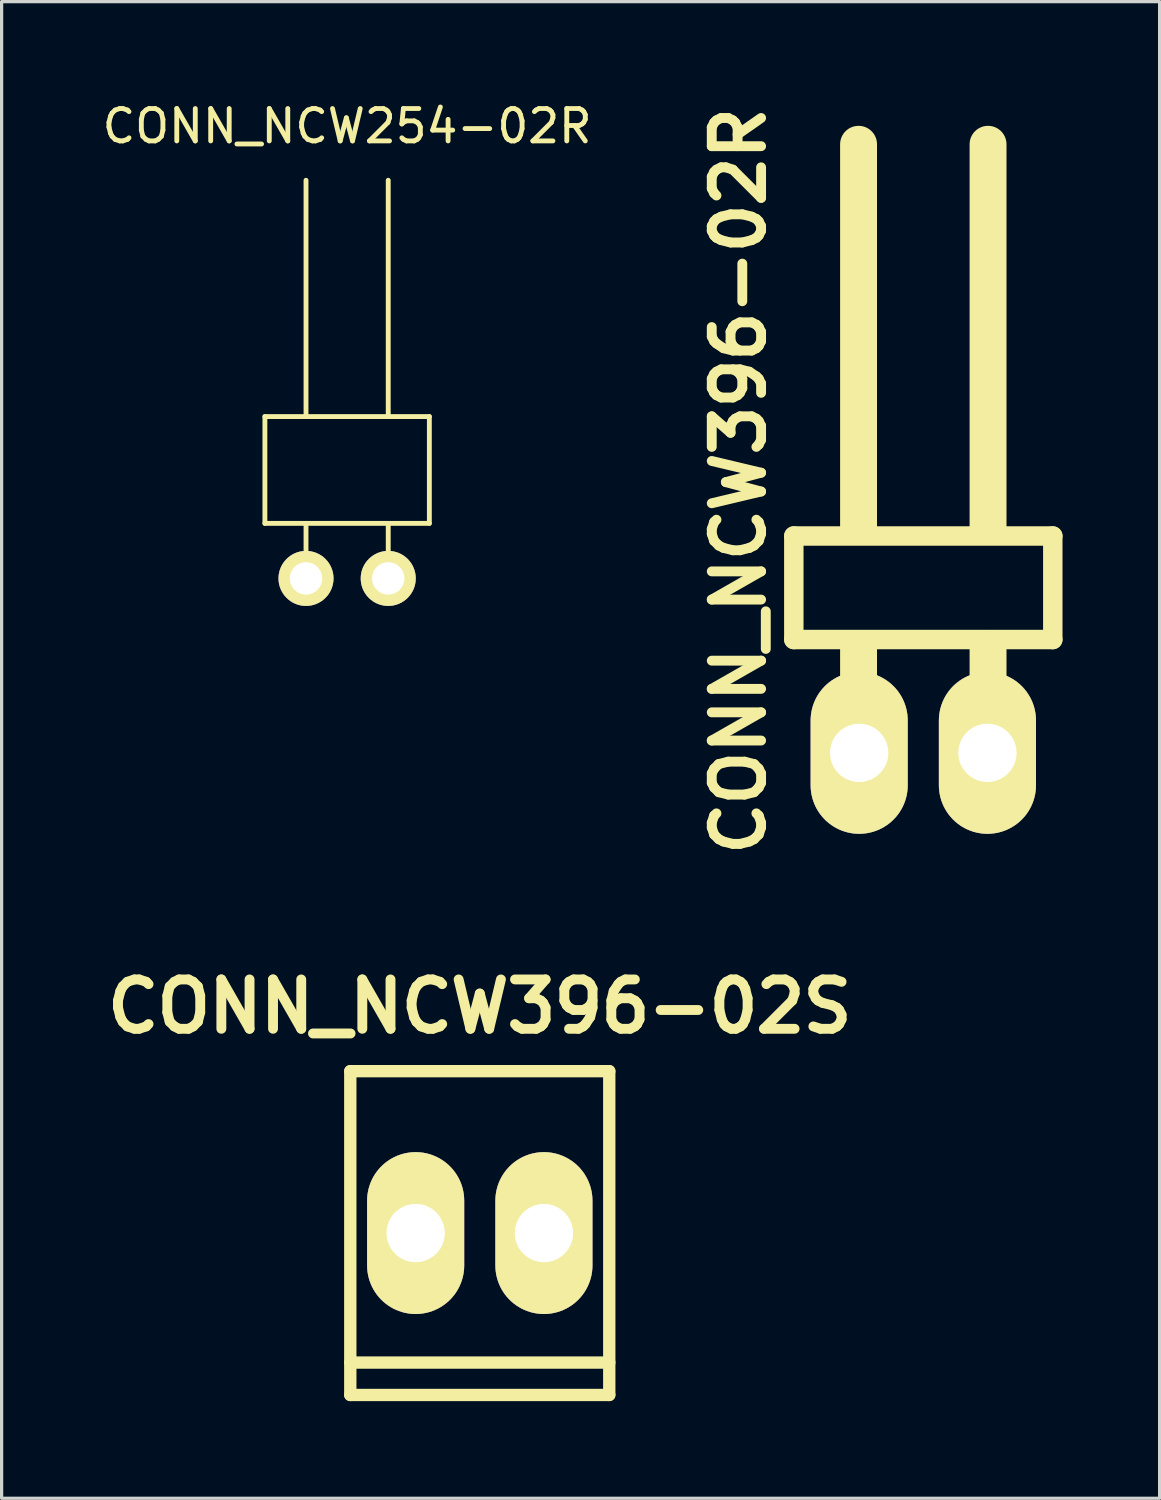
<source format=kicad_pcb>
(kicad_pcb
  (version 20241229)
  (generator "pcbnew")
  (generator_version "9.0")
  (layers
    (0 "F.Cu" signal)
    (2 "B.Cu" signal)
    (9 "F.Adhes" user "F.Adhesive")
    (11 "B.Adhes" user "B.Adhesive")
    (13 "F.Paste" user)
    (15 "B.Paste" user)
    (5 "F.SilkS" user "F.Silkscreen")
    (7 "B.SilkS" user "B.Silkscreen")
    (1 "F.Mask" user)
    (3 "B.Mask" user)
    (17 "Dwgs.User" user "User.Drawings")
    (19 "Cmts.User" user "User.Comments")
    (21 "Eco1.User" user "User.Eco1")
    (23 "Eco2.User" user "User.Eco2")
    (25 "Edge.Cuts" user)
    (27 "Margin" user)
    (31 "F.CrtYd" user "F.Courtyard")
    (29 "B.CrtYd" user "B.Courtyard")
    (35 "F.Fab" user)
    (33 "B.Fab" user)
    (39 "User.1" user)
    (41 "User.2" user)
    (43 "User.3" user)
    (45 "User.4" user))
  (footprint "CONN_NCW396-02S"
    (layer "F.Cu")
    (at 11.771 35.041)
    (property "Reference" "CONN_NCW396-02S" (at 0 -7 0) (layer "F.SilkS") (effects (font (size 1.524 1.524) (thickness 0.305))))
    (attr through_hole)
    (fp_line (start -4 -5.001) (end 4 -5.001) (stroke (width 0.381) (type solid)) (layer "F.SilkS"))
    (fp_line (start -4 4) (end 4 4) (stroke (width 0.381) (type solid)) (layer "F.SilkS"))
    (fp_line (start -4 5.001) (end -4 -5.001) (stroke (width 0.381) (type solid)) (layer "F.SilkS"))
    (fp_line (start 4 -5.001) (end 4 5.001) (stroke (width 0.381) (type solid)) (layer "F.SilkS"))
    (fp_line (start 4 5.001) (end -4 5.001) (stroke (width 0.381) (type solid)) (layer "F.SilkS"))
    (pad "1" thru_hole oval (at -1.981 0) (size 3 5.001) (drill 1.801) (layers "*.Cu" "*.Mask" "F.SilkS"))
    (pad "2" thru_hole oval (at 1.981 0) (size 3 5.001) (drill 1.801) (layers "*.Cu" "*.Mask" "F.SilkS")))
  (footprint "CONN_NCW396-02R"
    (layer "F.Cu")
    (at 25.472 20.207)
    (property "Reference" "CONN_NCW396-02R" (at -5.7 -8.4 90) (layer "F.SilkS") (effects (font (size 1.524 1.524) (thickness 0.305))))
    (attr through_hole)
    (fp_line (start -4 -6.699) (end 4 -6.699) (stroke (width 0.6) (type solid)) (layer "F.SilkS"))
    (fp_line (start -4 -3.501) (end 4 -3.501) (stroke (width 0.6) (type solid)) (layer "F.SilkS"))
    (fp_line (start -4 -3.5) (end -4 -6.7) (stroke (width 0.6) (type solid)) (layer "F.SilkS"))
    (fp_line (start -2 -7) (end -2 -18.8) (stroke (width 1.14) (type solid)) (layer "F.SilkS"))
    (fp_line (start -2 0) (end -2 -3.2) (stroke (width 1.14) (type solid)) (layer "F.SilkS"))
    (fp_line (start 2 -7) (end 2 -18.8) (stroke (width 1.14) (type solid)) (layer "F.SilkS"))
    (fp_line (start 2 0) (end 2 -3.2) (stroke (width 1.14) (type solid)) (layer "F.SilkS"))
    (fp_line (start 4 -3.5) (end 4 -6.7) (stroke (width 0.6) (type solid)) (layer "F.SilkS"))
    (pad "1" thru_hole oval (at -1.981 0) (size 3 5.001) (drill 1.801) (layers "*.Cu" "*.Mask" "F.SilkS"))
    (pad "2" thru_hole oval (at 1.981 0) (size 3 5.001) (drill 1.801) (layers "*.Cu" "*.Mask" "F.SilkS")))
  (footprint "CONN_NCW254-02R"
    (layer "F.Cu")
    (at 7.673 14.818)
    (property "Reference" "CONN_NCW254-02R" (at 0 -13.97 0) (layer "F.SilkS") (effects (font (size 1 1) (thickness 0.15))))
    (attr through_hole)
    (fp_line (start -2.54 -5) (end -2.54 -1.7) (stroke (width 0.15) (type solid)) (layer "F.SilkS"))
    (fp_line (start -2.54 -5) (end 2.54 -5) (stroke (width 0.15) (type solid)) (layer "F.SilkS"))
    (fp_line (start -2.54 -1.7) (end 2.54 -1.7) (stroke (width 0.15) (type solid)) (layer "F.SilkS"))
    (fp_line (start -1.27 -12.3) (end -1.27 -5) (stroke (width 0.15) (type solid)) (layer "F.SilkS"))
    (fp_line (start -1.27 0) (end -1.27 -1.7) (stroke (width 0.15) (type solid)) (layer "F.SilkS"))
    (fp_line (start 1.27 -5) (end 1.27 -12.3) (stroke (width 0.15) (type solid)) (layer "F.SilkS"))
    (fp_line (start 1.27 0) (end 1.27 -1.7) (stroke (width 0.15) (type solid)) (layer "F.SilkS"))
    (fp_line (start 2.54 -5) (end 2.54 -1.7) (stroke (width 0.15) (type solid)) (layer "F.SilkS"))
    (pad "1" thru_hole circle (at -1.27 0) (size 1.7 1.7) (drill 1) (layers "*.Cu" "*.Mask" "F.SilkS"))
    (pad "2" thru_hole circle (at 1.27 0) (size 1.7 1.7) (drill 1) (layers "*.Cu" "*.Mask" "F.SilkS")))
  (gr_rect
    (start -3 -3)
    (end 32.772 43.233)
    (stroke (width 0.1) (type default))
    (fill no)
    (layer "Edge.Cuts")))
</source>
